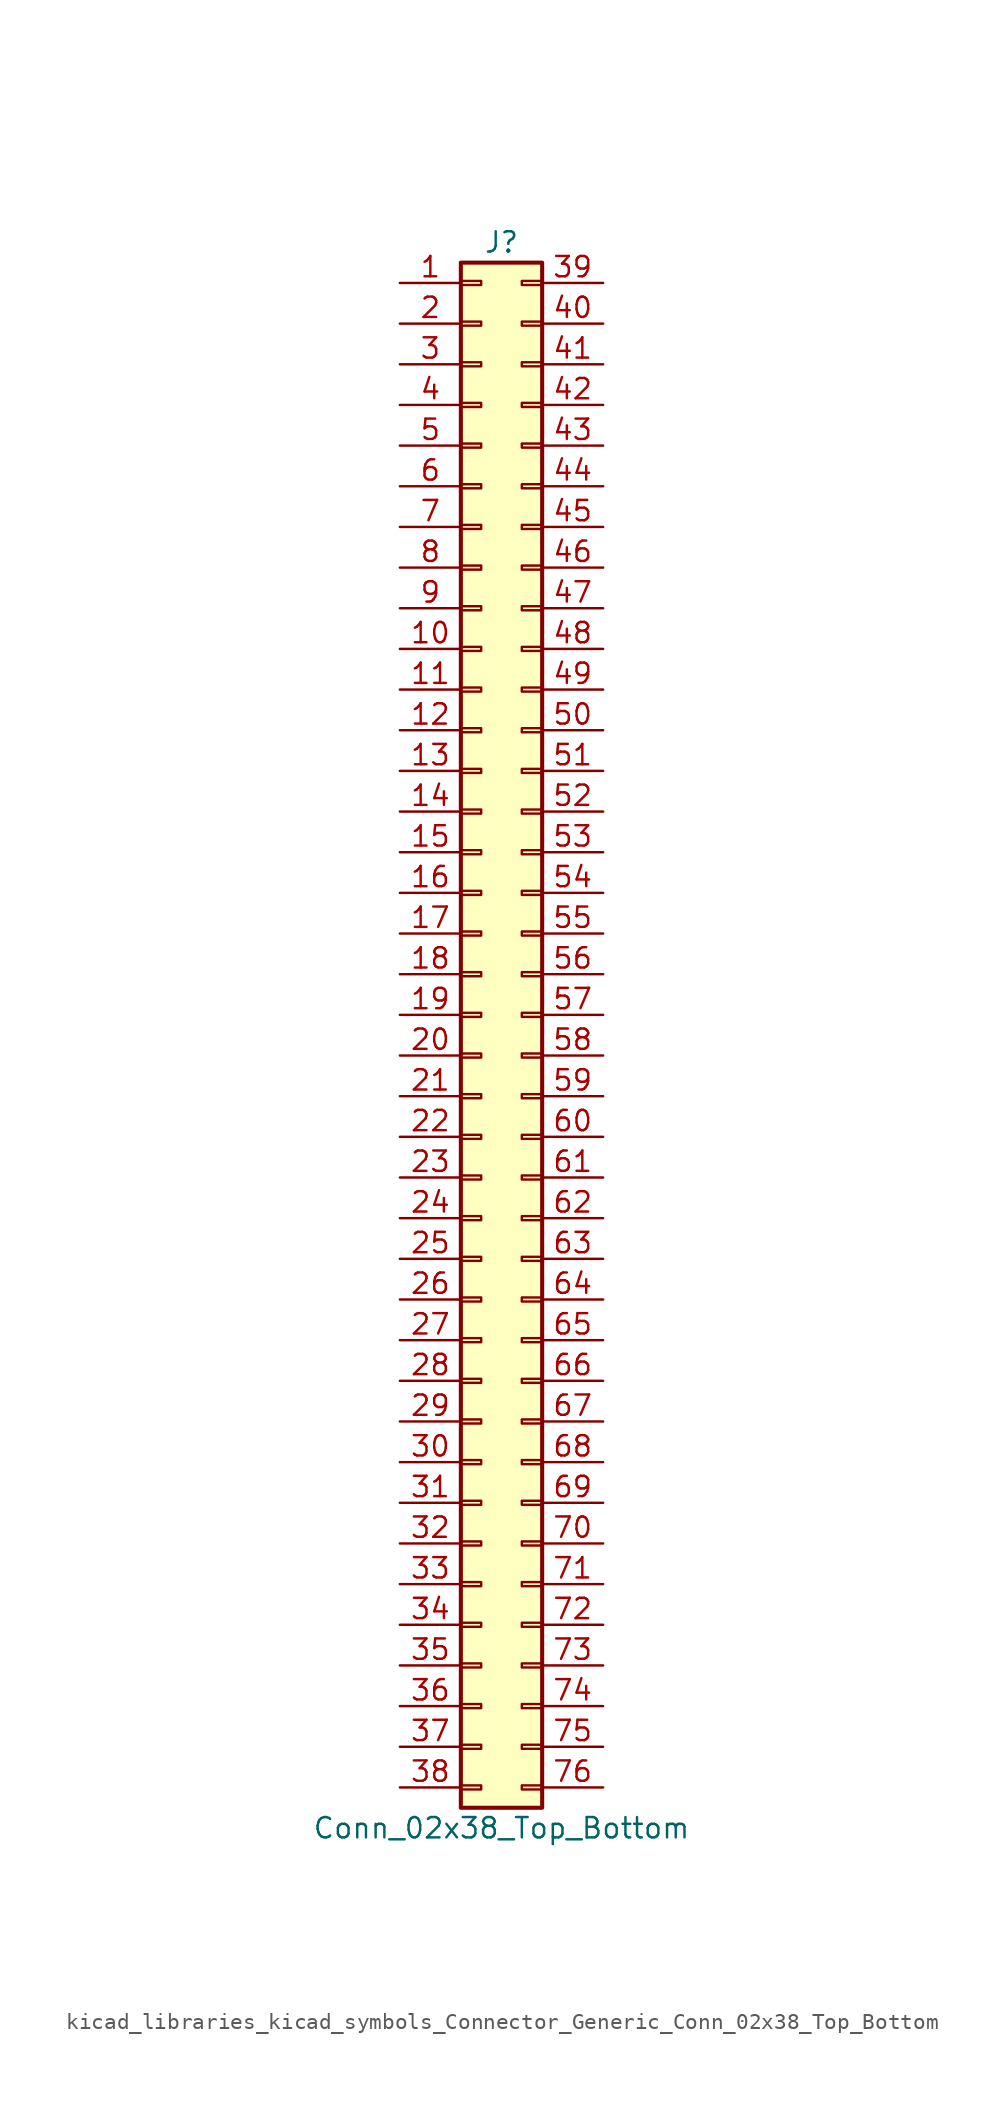
<source format=kicad_sym>
(kicad_symbol_lib
  (version 20220914)
  (generator kicad_symbol_editor)
  (symbol "kicad_libraries_kicad_symbols_Connector_Generic_Conn_02x38_Top_Bottom"
    (pin_names
      (offset 1.016) hide)
    (property "Reference" "J"
      (at 1.27 48.26 0)
      (effects (font (size 1.27 1.27))))
    (property "Value" "Conn_02x38_Top_Bottom"
      (at 1.27 -50.8 0)
      (effects (font (size 1.27 1.27))))
    (symbol "kicad_libraries_kicad_symbols_Connector_Generic_Conn_02x38_Top_Bottom_1_1"
      (rectangle (start -1.27 -48.133) (end 0 -48.387) (stroke (width 0.152) (type default)) (fill (type none)))
      (rectangle (start -1.27 -45.593) (end 0 -45.847) (stroke (width 0.152) (type default)) (fill (type none)))
      (rectangle (start -1.27 -43.053) (end 0 -43.307) (stroke (width 0.152) (type default)) (fill (type none)))
      (rectangle (start -1.27 -40.513) (end 0 -40.767) (stroke (width 0.152) (type default)) (fill (type none)))
      (rectangle (start -1.27 -37.973) (end 0 -38.227) (stroke (width 0.152) (type default)) (fill (type none)))
      (rectangle (start -1.27 -35.433) (end 0 -35.687) (stroke (width 0.152) (type default)) (fill (type none)))
      (rectangle (start -1.27 -32.893) (end 0 -33.147) (stroke (width 0.152) (type default)) (fill (type none)))
      (rectangle (start -1.27 -30.353) (end 0 -30.607) (stroke (width 0.152) (type default)) (fill (type none)))
      (rectangle (start -1.27 -27.813) (end 0 -28.067) (stroke (width 0.152) (type default)) (fill (type none)))
      (rectangle (start -1.27 -25.273) (end 0 -25.527) (stroke (width 0.152) (type default)) (fill (type none)))
      (rectangle (start -1.27 -22.733) (end 0 -22.987) (stroke (width 0.152) (type default)) (fill (type none)))
      (rectangle (start -1.27 -20.193) (end 0 -20.447) (stroke (width 0.152) (type default)) (fill (type none)))
      (rectangle (start -1.27 -17.653) (end 0 -17.907) (stroke (width 0.152) (type default)) (fill (type none)))
      (rectangle (start -1.27 -15.113) (end 0 -15.367) (stroke (width 0.152) (type default)) (fill (type none)))
      (rectangle (start -1.27 -12.573) (end 0 -12.827) (stroke (width 0.152) (type default)) (fill (type none)))
      (rectangle (start -1.27 -10.033) (end 0 -10.287) (stroke (width 0.152) (type default)) (fill (type none)))
      (rectangle (start -1.27 -7.493) (end 0 -7.747) (stroke (width 0.152) (type default)) (fill (type none)))
      (rectangle (start -1.27 -4.953) (end 0 -5.207) (stroke (width 0.152) (type default)) (fill (type none)))
      (rectangle (start -1.27 -2.413) (end 0 -2.667) (stroke (width 0.152) (type default)) (fill (type none)))
      (rectangle (start -1.27 0.127) (end 0 -0.127) (stroke (width 0.152) (type default)) (fill (type none)))
      (rectangle (start -1.27 2.667) (end 0 2.413) (stroke (width 0.152) (type default)) (fill (type none)))
      (rectangle (start -1.27 5.207) (end 0 4.953) (stroke (width 0.152) (type default)) (fill (type none)))
      (rectangle (start -1.27 7.747) (end 0 7.493) (stroke (width 0.152) (type default)) (fill (type none)))
      (rectangle (start -1.27 10.287) (end 0 10.033) (stroke (width 0.152) (type default)) (fill (type none)))
      (rectangle (start -1.27 12.827) (end 0 12.573) (stroke (width 0.152) (type default)) (fill (type none)))
      (rectangle (start -1.27 15.367) (end 0 15.113) (stroke (width 0.152) (type default)) (fill (type none)))
      (rectangle (start -1.27 17.907) (end 0 17.653) (stroke (width 0.152) (type default)) (fill (type none)))
      (rectangle (start -1.27 20.447) (end 0 20.193) (stroke (width 0.152) (type default)) (fill (type none)))
      (rectangle (start -1.27 22.987) (end 0 22.733) (stroke (width 0.152) (type default)) (fill (type none)))
      (rectangle (start -1.27 25.527) (end 0 25.273) (stroke (width 0.152) (type default)) (fill (type none)))
      (rectangle (start -1.27 28.067) (end 0 27.813) (stroke (width 0.152) (type default)) (fill (type none)))
      (rectangle (start -1.27 30.607) (end 0 30.353) (stroke (width 0.152) (type default)) (fill (type none)))
      (rectangle (start -1.27 33.147) (end 0 32.893) (stroke (width 0.152) (type default)) (fill (type none)))
      (rectangle (start -1.27 35.687) (end 0 35.433) (stroke (width 0.152) (type default)) (fill (type none)))
      (rectangle (start -1.27 38.227) (end 0 37.973) (stroke (width 0.152) (type default)) (fill (type none)))
      (rectangle (start -1.27 40.767) (end 0 40.513) (stroke (width 0.152) (type default)) (fill (type none)))
      (rectangle (start -1.27 43.307) (end 0 43.053) (stroke (width 0.152) (type default)) (fill (type none)))
      (rectangle (start -1.27 45.847) (end 0 45.593) (stroke (width 0.152) (type default)) (fill (type none)))
      (rectangle (start -1.27 46.99) (end 3.81 -49.53) (stroke (width 0.254) (type default)) (fill (type background)))
      (rectangle (start 3.81 -48.133) (end 2.54 -48.387) (stroke (width 0.152) (type default)) (fill (type none)))
      (rectangle (start 3.81 -45.593) (end 2.54 -45.847) (stroke (width 0.152) (type default)) (fill (type none)))
      (rectangle (start 3.81 -43.053) (end 2.54 -43.307) (stroke (width 0.152) (type default)) (fill (type none)))
      (rectangle (start 3.81 -40.513) (end 2.54 -40.767) (stroke (width 0.152) (type default)) (fill (type none)))
      (rectangle (start 3.81 -37.973) (end 2.54 -38.227) (stroke (width 0.152) (type default)) (fill (type none)))
      (rectangle (start 3.81 -35.433) (end 2.54 -35.687) (stroke (width 0.152) (type default)) (fill (type none)))
      (rectangle (start 3.81 -32.893) (end 2.54 -33.147) (stroke (width 0.152) (type default)) (fill (type none)))
      (rectangle (start 3.81 -30.353) (end 2.54 -30.607) (stroke (width 0.152) (type default)) (fill (type none)))
      (rectangle (start 3.81 -27.813) (end 2.54 -28.067) (stroke (width 0.152) (type default)) (fill (type none)))
      (rectangle (start 3.81 -25.273) (end 2.54 -25.527) (stroke (width 0.152) (type default)) (fill (type none)))
      (rectangle (start 3.81 -22.733) (end 2.54 -22.987) (stroke (width 0.152) (type default)) (fill (type none)))
      (rectangle (start 3.81 -20.193) (end 2.54 -20.447) (stroke (width 0.152) (type default)) (fill (type none)))
      (rectangle (start 3.81 -17.653) (end 2.54 -17.907) (stroke (width 0.152) (type default)) (fill (type none)))
      (rectangle (start 3.81 -15.113) (end 2.54 -15.367) (stroke (width 0.152) (type default)) (fill (type none)))
      (rectangle (start 3.81 -12.573) (end 2.54 -12.827) (stroke (width 0.152) (type default)) (fill (type none)))
      (rectangle (start 3.81 -10.033) (end 2.54 -10.287) (stroke (width 0.152) (type default)) (fill (type none)))
      (rectangle (start 3.81 -7.493) (end 2.54 -7.747) (stroke (width 0.152) (type default)) (fill (type none)))
      (rectangle (start 3.81 -4.953) (end 2.54 -5.207) (stroke (width 0.152) (type default)) (fill (type none)))
      (rectangle (start 3.81 -2.413) (end 2.54 -2.667) (stroke (width 0.152) (type default)) (fill (type none)))
      (rectangle (start 3.81 0.127) (end 2.54 -0.127) (stroke (width 0.152) (type default)) (fill (type none)))
      (rectangle (start 3.81 2.667) (end 2.54 2.413) (stroke (width 0.152) (type default)) (fill (type none)))
      (rectangle (start 3.81 5.207) (end 2.54 4.953) (stroke (width 0.152) (type default)) (fill (type none)))
      (rectangle (start 3.81 7.747) (end 2.54 7.493) (stroke (width 0.152) (type default)) (fill (type none)))
      (rectangle (start 3.81 10.287) (end 2.54 10.033) (stroke (width 0.152) (type default)) (fill (type none)))
      (rectangle (start 3.81 12.827) (end 2.54 12.573) (stroke (width 0.152) (type default)) (fill (type none)))
      (rectangle (start 3.81 15.367) (end 2.54 15.113) (stroke (width 0.152) (type default)) (fill (type none)))
      (rectangle (start 3.81 17.907) (end 2.54 17.653) (stroke (width 0.152) (type default)) (fill (type none)))
      (rectangle (start 3.81 20.447) (end 2.54 20.193) (stroke (width 0.152) (type default)) (fill (type none)))
      (rectangle (start 3.81 22.987) (end 2.54 22.733) (stroke (width 0.152) (type default)) (fill (type none)))
      (rectangle (start 3.81 25.527) (end 2.54 25.273) (stroke (width 0.152) (type default)) (fill (type none)))
      (rectangle (start 3.81 28.067) (end 2.54 27.813) (stroke (width 0.152) (type default)) (fill (type none)))
      (rectangle (start 3.81 30.607) (end 2.54 30.353) (stroke (width 0.152) (type default)) (fill (type none)))
      (rectangle (start 3.81 33.147) (end 2.54 32.893) (stroke (width 0.152) (type default)) (fill (type none)))
      (rectangle (start 3.81 35.687) (end 2.54 35.433) (stroke (width 0.152) (type default)) (fill (type none)))
      (rectangle (start 3.81 38.227) (end 2.54 37.973) (stroke (width 0.152) (type default)) (fill (type none)))
      (rectangle (start 3.81 40.767) (end 2.54 40.513) (stroke (width 0.152) (type default)) (fill (type none)))
      (rectangle (start 3.81 43.307) (end 2.54 43.053) (stroke (width 0.152) (type default)) (fill (type none)))
      (rectangle (start 3.81 45.847) (end 2.54 45.593) (stroke (width 0.152) (type default)) (fill (type none)))
      (pin passive line (at -5.08 45.72 0) (length 3.81) (name "Pin_1" (effects (font (size 1.27 1.27)))) (number "1" (effects (font (size 1.27 1.27)))))
      (pin passive line (at -5.08 22.86 0) (length 3.81) (name "Pin_10" (effects (font (size 1.27 1.27)))) (number "10" (effects (font (size 1.27 1.27)))))
      (pin passive line (at -5.08 20.32 0) (length 3.81) (name "Pin_11" (effects (font (size 1.27 1.27)))) (number "11" (effects (font (size 1.27 1.27)))))
      (pin passive line (at -5.08 17.78 0) (length 3.81) (name "Pin_12" (effects (font (size 1.27 1.27)))) (number "12" (effects (font (size 1.27 1.27)))))
      (pin passive line (at -5.08 15.24 0) (length 3.81) (name "Pin_13" (effects (font (size 1.27 1.27)))) (number "13" (effects (font (size 1.27 1.27)))))
      (pin passive line (at -5.08 12.7 0) (length 3.81) (name "Pin_14" (effects (font (size 1.27 1.27)))) (number "14" (effects (font (size 1.27 1.27)))))
      (pin passive line (at -5.08 10.16 0) (length 3.81) (name "Pin_15" (effects (font (size 1.27 1.27)))) (number "15" (effects (font (size 1.27 1.27)))))
      (pin passive line (at -5.08 7.62 0) (length 3.81) (name "Pin_16" (effects (font (size 1.27 1.27)))) (number "16" (effects (font (size 1.27 1.27)))))
      (pin passive line (at -5.08 5.08 0) (length 3.81) (name "Pin_17" (effects (font (size 1.27 1.27)))) (number "17" (effects (font (size 1.27 1.27)))))
      (pin passive line (at -5.08 2.54 0) (length 3.81) (name "Pin_18" (effects (font (size 1.27 1.27)))) (number "18" (effects (font (size 1.27 1.27)))))
      (pin passive line (at -5.08 0 0) (length 3.81) (name "Pin_19" (effects (font (size 1.27 1.27)))) (number "19" (effects (font (size 1.27 1.27)))))
      (pin passive line (at -5.08 43.18 0) (length 3.81) (name "Pin_2" (effects (font (size 1.27 1.27)))) (number "2" (effects (font (size 1.27 1.27)))))
      (pin passive line (at -5.08 -2.54 0) (length 3.81) (name "Pin_20" (effects (font (size 1.27 1.27)))) (number "20" (effects (font (size 1.27 1.27)))))
      (pin passive line (at -5.08 -5.08 0) (length 3.81) (name "Pin_21" (effects (font (size 1.27 1.27)))) (number "21" (effects (font (size 1.27 1.27)))))
      (pin passive line (at -5.08 -7.62 0) (length 3.81) (name "Pin_22" (effects (font (size 1.27 1.27)))) (number "22" (effects (font (size 1.27 1.27)))))
      (pin passive line (at -5.08 -10.16 0) (length 3.81) (name "Pin_23" (effects (font (size 1.27 1.27)))) (number "23" (effects (font (size 1.27 1.27)))))
      (pin passive line (at -5.08 -12.7 0) (length 3.81) (name "Pin_24" (effects (font (size 1.27 1.27)))) (number "24" (effects (font (size 1.27 1.27)))))
      (pin passive line (at -5.08 -15.24 0) (length 3.81) (name "Pin_25" (effects (font (size 1.27 1.27)))) (number "25" (effects (font (size 1.27 1.27)))))
      (pin passive line (at -5.08 -17.78 0) (length 3.81) (name "Pin_26" (effects (font (size 1.27 1.27)))) (number "26" (effects (font (size 1.27 1.27)))))
      (pin passive line (at -5.08 -20.32 0) (length 3.81) (name "Pin_27" (effects (font (size 1.27 1.27)))) (number "27" (effects (font (size 1.27 1.27)))))
      (pin passive line (at -5.08 -22.86 0) (length 3.81) (name "Pin_28" (effects (font (size 1.27 1.27)))) (number "28" (effects (font (size 1.27 1.27)))))
      (pin passive line (at -5.08 -25.4 0) (length 3.81) (name "Pin_29" (effects (font (size 1.27 1.27)))) (number "29" (effects (font (size 1.27 1.27)))))
      (pin passive line (at -5.08 40.64 0) (length 3.81) (name "Pin_3" (effects (font (size 1.27 1.27)))) (number "3" (effects (font (size 1.27 1.27)))))
      (pin passive line (at -5.08 -27.94 0) (length 3.81) (name "Pin_30" (effects (font (size 1.27 1.27)))) (number "30" (effects (font (size 1.27 1.27)))))
      (pin passive line (at -5.08 -30.48 0) (length 3.81) (name "Pin_31" (effects (font (size 1.27 1.27)))) (number "31" (effects (font (size 1.27 1.27)))))
      (pin passive line (at -5.08 -33.02 0) (length 3.81) (name "Pin_32" (effects (font (size 1.27 1.27)))) (number "32" (effects (font (size 1.27 1.27)))))
      (pin passive line (at -5.08 -35.56 0) (length 3.81) (name "Pin_33" (effects (font (size 1.27 1.27)))) (number "33" (effects (font (size 1.27 1.27)))))
      (pin passive line (at -5.08 -38.1 0) (length 3.81) (name "Pin_34" (effects (font (size 1.27 1.27)))) (number "34" (effects (font (size 1.27 1.27)))))
      (pin passive line (at -5.08 -40.64 0) (length 3.81) (name "Pin_35" (effects (font (size 1.27 1.27)))) (number "35" (effects (font (size 1.27 1.27)))))
      (pin passive line (at -5.08 -43.18 0) (length 3.81) (name "Pin_36" (effects (font (size 1.27 1.27)))) (number "36" (effects (font (size 1.27 1.27)))))
      (pin passive line (at -5.08 -45.72 0) (length 3.81) (name "Pin_37" (effects (font (size 1.27 1.27)))) (number "37" (effects (font (size 1.27 1.27)))))
      (pin passive line (at -5.08 -48.26 0) (length 3.81) (name "Pin_38" (effects (font (size 1.27 1.27)))) (number "38" (effects (font (size 1.27 1.27)))))
      (pin passive line (at 7.62 45.72 180) (length 3.81) (name "Pin_39" (effects (font (size 1.27 1.27)))) (number "39" (effects (font (size 1.27 1.27)))))
      (pin passive line (at -5.08 38.1 0) (length 3.81) (name "Pin_4" (effects (font (size 1.27 1.27)))) (number "4" (effects (font (size 1.27 1.27)))))
      (pin passive line (at 7.62 43.18 180) (length 3.81) (name "Pin_40" (effects (font (size 1.27 1.27)))) (number "40" (effects (font (size 1.27 1.27)))))
      (pin passive line (at 7.62 40.64 180) (length 3.81) (name "Pin_41" (effects (font (size 1.27 1.27)))) (number "41" (effects (font (size 1.27 1.27)))))
      (pin passive line (at 7.62 38.1 180) (length 3.81) (name "Pin_42" (effects (font (size 1.27 1.27)))) (number "42" (effects (font (size 1.27 1.27)))))
      (pin passive line (at 7.62 35.56 180) (length 3.81) (name "Pin_43" (effects (font (size 1.27 1.27)))) (number "43" (effects (font (size 1.27 1.27)))))
      (pin passive line (at 7.62 33.02 180) (length 3.81) (name "Pin_44" (effects (font (size 1.27 1.27)))) (number "44" (effects (font (size 1.27 1.27)))))
      (pin passive line (at 7.62 30.48 180) (length 3.81) (name "Pin_45" (effects (font (size 1.27 1.27)))) (number "45" (effects (font (size 1.27 1.27)))))
      (pin passive line (at 7.62 27.94 180) (length 3.81) (name "Pin_46" (effects (font (size 1.27 1.27)))) (number "46" (effects (font (size 1.27 1.27)))))
      (pin passive line (at 7.62 25.4 180) (length 3.81) (name "Pin_47" (effects (font (size 1.27 1.27)))) (number "47" (effects (font (size 1.27 1.27)))))
      (pin passive line (at 7.62 22.86 180) (length 3.81) (name "Pin_48" (effects (font (size 1.27 1.27)))) (number "48" (effects (font (size 1.27 1.27)))))
      (pin passive line (at 7.62 20.32 180) (length 3.81) (name "Pin_49" (effects (font (size 1.27 1.27)))) (number "49" (effects (font (size 1.27 1.27)))))
      (pin passive line (at -5.08 35.56 0) (length 3.81) (name "Pin_5" (effects (font (size 1.27 1.27)))) (number "5" (effects (font (size 1.27 1.27)))))
      (pin passive line (at 7.62 17.78 180) (length 3.81) (name "Pin_50" (effects (font (size 1.27 1.27)))) (number "50" (effects (font (size 1.27 1.27)))))
      (pin passive line (at 7.62 15.24 180) (length 3.81) (name "Pin_51" (effects (font (size 1.27 1.27)))) (number "51" (effects (font (size 1.27 1.27)))))
      (pin passive line (at 7.62 12.7 180) (length 3.81) (name "Pin_52" (effects (font (size 1.27 1.27)))) (number "52" (effects (font (size 1.27 1.27)))))
      (pin passive line (at 7.62 10.16 180) (length 3.81) (name "Pin_53" (effects (font (size 1.27 1.27)))) (number "53" (effects (font (size 1.27 1.27)))))
      (pin passive line (at 7.62 7.62 180) (length 3.81) (name "Pin_54" (effects (font (size 1.27 1.27)))) (number "54" (effects (font (size 1.27 1.27)))))
      (pin passive line (at 7.62 5.08 180) (length 3.81) (name "Pin_55" (effects (font (size 1.27 1.27)))) (number "55" (effects (font (size 1.27 1.27)))))
      (pin passive line (at 7.62 2.54 180) (length 3.81) (name "Pin_56" (effects (font (size 1.27 1.27)))) (number "56" (effects (font (size 1.27 1.27)))))
      (pin passive line (at 7.62 0 180) (length 3.81) (name "Pin_57" (effects (font (size 1.27 1.27)))) (number "57" (effects (font (size 1.27 1.27)))))
      (pin passive line (at 7.62 -2.54 180) (length 3.81) (name "Pin_58" (effects (font (size 1.27 1.27)))) (number "58" (effects (font (size 1.27 1.27)))))
      (pin passive line (at 7.62 -5.08 180) (length 3.81) (name "Pin_59" (effects (font (size 1.27 1.27)))) (number "59" (effects (font (size 1.27 1.27)))))
      (pin passive line (at -5.08 33.02 0) (length 3.81) (name "Pin_6" (effects (font (size 1.27 1.27)))) (number "6" (effects (font (size 1.27 1.27)))))
      (pin passive line (at 7.62 -7.62 180) (length 3.81) (name "Pin_60" (effects (font (size 1.27 1.27)))) (number "60" (effects (font (size 1.27 1.27)))))
      (pin passive line (at 7.62 -10.16 180) (length 3.81) (name "Pin_61" (effects (font (size 1.27 1.27)))) (number "61" (effects (font (size 1.27 1.27)))))
      (pin passive line (at 7.62 -12.7 180) (length 3.81) (name "Pin_62" (effects (font (size 1.27 1.27)))) (number "62" (effects (font (size 1.27 1.27)))))
      (pin passive line (at 7.62 -15.24 180) (length 3.81) (name "Pin_63" (effects (font (size 1.27 1.27)))) (number "63" (effects (font (size 1.27 1.27)))))
      (pin passive line (at 7.62 -17.78 180) (length 3.81) (name "Pin_64" (effects (font (size 1.27 1.27)))) (number "64" (effects (font (size 1.27 1.27)))))
      (pin passive line (at 7.62 -20.32 180) (length 3.81) (name "Pin_65" (effects (font (size 1.27 1.27)))) (number "65" (effects (font (size 1.27 1.27)))))
      (pin passive line (at 7.62 -22.86 180) (length 3.81) (name "Pin_66" (effects (font (size 1.27 1.27)))) (number "66" (effects (font (size 1.27 1.27)))))
      (pin passive line (at 7.62 -25.4 180) (length 3.81) (name "Pin_67" (effects (font (size 1.27 1.27)))) (number "67" (effects (font (size 1.27 1.27)))))
      (pin passive line (at 7.62 -27.94 180) (length 3.81) (name "Pin_68" (effects (font (size 1.27 1.27)))) (number "68" (effects (font (size 1.27 1.27)))))
      (pin passive line (at 7.62 -30.48 180) (length 3.81) (name "Pin_69" (effects (font (size 1.27 1.27)))) (number "69" (effects (font (size 1.27 1.27)))))
      (pin passive line (at -5.08 30.48 0) (length 3.81) (name "Pin_7" (effects (font (size 1.27 1.27)))) (number "7" (effects (font (size 1.27 1.27)))))
      (pin passive line (at 7.62 -33.02 180) (length 3.81) (name "Pin_70" (effects (font (size 1.27 1.27)))) (number "70" (effects (font (size 1.27 1.27)))))
      (pin passive line (at 7.62 -35.56 180) (length 3.81) (name "Pin_71" (effects (font (size 1.27 1.27)))) (number "71" (effects (font (size 1.27 1.27)))))
      (pin passive line (at 7.62 -38.1 180) (length 3.81) (name "Pin_72" (effects (font (size 1.27 1.27)))) (number "72" (effects (font (size 1.27 1.27)))))
      (pin passive line (at 7.62 -40.64 180) (length 3.81) (name "Pin_73" (effects (font (size 1.27 1.27)))) (number "73" (effects (font (size 1.27 1.27)))))
      (pin passive line (at 7.62 -43.18 180) (length 3.81) (name "Pin_74" (effects (font (size 1.27 1.27)))) (number "74" (effects (font (size 1.27 1.27)))))
      (pin passive line (at 7.62 -45.72 180) (length 3.81) (name "Pin_75" (effects (font (size 1.27 1.27)))) (number "75" (effects (font (size 1.27 1.27)))))
      (pin passive line (at 7.62 -48.26 180) (length 3.81) (name "Pin_76" (effects (font (size 1.27 1.27)))) (number "76" (effects (font (size 1.27 1.27)))))
      (pin passive line (at -5.08 27.94 0) (length 3.81) (name "Pin_8" (effects (font (size 1.27 1.27)))) (number "8" (effects (font (size 1.27 1.27)))))
      (pin passive line (at -5.08 25.4 0) (length 3.81) (name "Pin_9" (effects (font (size 1.27 1.27)))) (number "9" (effects (font (size 1.27 1.27))))))))
</source>
